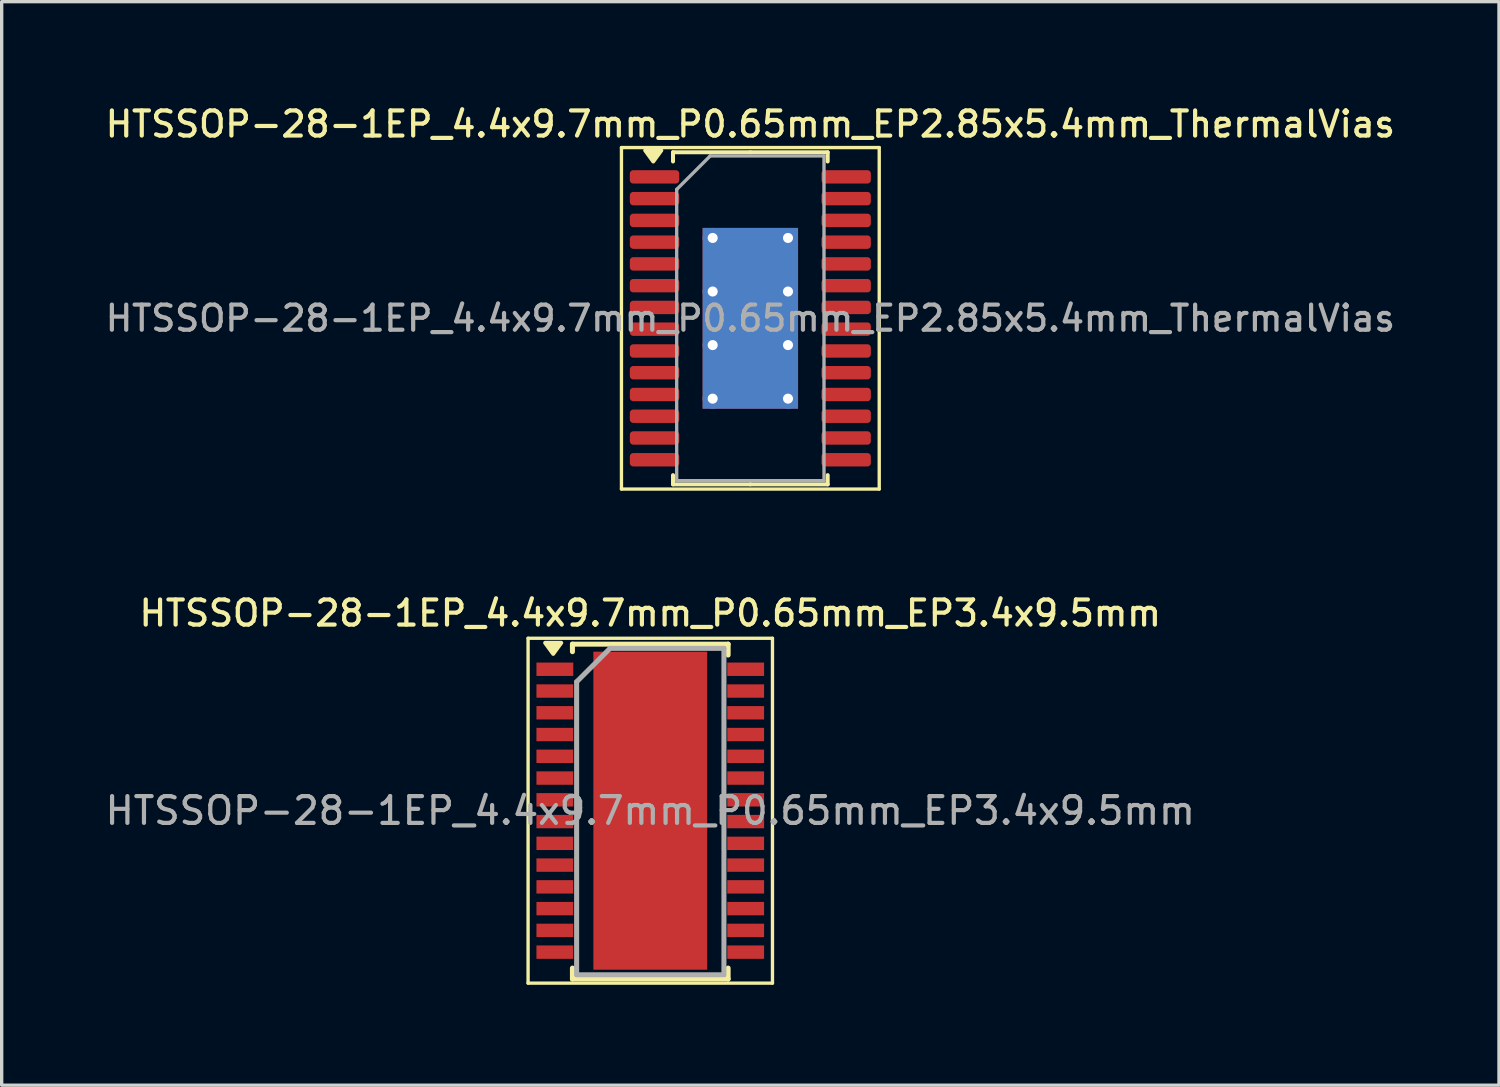
<source format=kicad_pcb>
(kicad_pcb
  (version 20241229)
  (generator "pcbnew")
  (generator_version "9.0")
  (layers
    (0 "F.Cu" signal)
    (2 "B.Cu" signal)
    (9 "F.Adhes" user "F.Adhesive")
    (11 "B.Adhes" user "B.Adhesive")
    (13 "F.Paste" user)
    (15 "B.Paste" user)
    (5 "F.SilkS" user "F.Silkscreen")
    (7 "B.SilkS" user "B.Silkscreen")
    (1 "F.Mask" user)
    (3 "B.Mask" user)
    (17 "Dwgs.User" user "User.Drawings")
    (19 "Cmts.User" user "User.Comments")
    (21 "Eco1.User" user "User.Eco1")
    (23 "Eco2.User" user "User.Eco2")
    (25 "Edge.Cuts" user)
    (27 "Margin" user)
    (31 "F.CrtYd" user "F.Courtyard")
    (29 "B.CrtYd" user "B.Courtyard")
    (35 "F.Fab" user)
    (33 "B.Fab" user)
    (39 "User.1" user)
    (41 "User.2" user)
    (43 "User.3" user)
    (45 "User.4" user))
  (footprint "HTSSOP-28-1EP_4.4x9.7mm_P0.65mm_EP3.4x9.5mm"
    (layer "F.Cu")
    (at 16.374 21.166)
    (property "Reference" "HTSSOP-28-1EP_4.4x9.7mm_P0.65mm_EP3.4x9.5mm" (at 0 -5.9 0) (layer "F.SilkS") (effects (font (size 0.75 0.75) (thickness 0.125))))
    (attr smd)
    (fp_line (start -3.65 -5.15) (end -3.65 5.15) (stroke (width 0.1) (type solid)) (layer "F.SilkS"))
    (fp_line (start -3.65 -5.15) (end 3.65 -5.15) (stroke (width 0.1) (type solid)) (layer "F.SilkS"))
    (fp_line (start -3.65 5.15) (end 3.65 5.15) (stroke (width 0.1) (type solid)) (layer "F.SilkS"))
    (fp_line (start -2.325 -4.975) (end -2.325 -4.75) (stroke (width 0.15) (type solid)) (layer "F.SilkS"))
    (fp_line (start -2.325 -4.975) (end 2.325 -4.975) (stroke (width 0.15) (type solid)) (layer "F.SilkS"))
    (fp_line (start -2.325 5.026) (end -2.325 4.701) (stroke (width 0.15) (type solid)) (layer "F.SilkS"))
    (fp_line (start -2.325 5.026) (end 2.325 5.026) (stroke (width 0.15) (type solid)) (layer "F.SilkS"))
    (fp_line (start 2.325 -4.975) (end 2.325 -4.65) (stroke (width 0.15) (type solid)) (layer "F.SilkS"))
    (fp_line (start 2.325 5.026) (end 2.325 4.701) (stroke (width 0.15) (type solid)) (layer "F.SilkS"))
    (fp_line (start 3.65 -5.15) (end 3.65 5.15) (stroke (width 0.1) (type solid)) (layer "F.SilkS"))
    (fp_poly (pts (xy -2.9 -4.685) (xy -3.14 -5.015) (xy -2.66 -5.015) (xy -2.9 -4.685)) (stroke (width 0.12) (type solid)) (fill yes) (layer "F.SilkS"))
    (fp_line (start -2.2 -3.85) (end -1.2 -4.85) (stroke (width 0.15) (type solid)) (layer "F.Fab"))
    (fp_line (start -2.2 4.85) (end -2.2 -3.85) (stroke (width 0.15) (type solid)) (layer "F.Fab"))
    (fp_line (start -1.2 -4.85) (end 2.2 -4.85) (stroke (width 0.15) (type solid)) (layer "F.Fab"))
    (fp_line (start 2.2 -4.85) (end 2.2 4.85) (stroke (width 0.15) (type solid)) (layer "F.Fab"))
    (fp_line (start 2.2 4.901) (end -2.2 4.901) (stroke (width 0.15) (type solid)) (layer "F.Fab"))
    (fp_text user "${REFERENCE}" (at 0 0 0) (layer "F.Fab") (effects (font (size 0.8 0.8) (thickness 0.125))))
    (pad "" smd rect (at -0.85 -3.8) (size 1.4 1.6) (layers "F.Paste"))
    (pad "" smd rect (at -0.85 -1.9) (size 1.4 1.6) (layers "F.Paste"))
    (pad "" smd rect (at -0.85 0) (size 1.4 1.6) (layers "F.Paste"))
    (pad "" smd rect (at -0.85 1.9) (size 1.4 1.6) (layers "F.Paste"))
    (pad "" smd rect (at -0.85 3.8) (size 1.4 1.6) (layers "F.Paste"))
    (pad "" smd rect (at 0.85 -3.8) (size 1.4 1.6) (layers "F.Paste"))
    (pad "" smd rect (at 0.85 -1.9) (size 1.4 1.6) (layers "F.Paste"))
    (pad "" smd rect (at 0.85 0) (size 1.4 1.6) (layers "F.Paste"))
    (pad "" smd rect (at 0.85 1.9) (size 1.4 1.6) (layers "F.Paste"))
    (pad "" smd rect (at 0.85 3.8) (size 1.4 1.6) (layers "F.Paste"))
    (pad "1" smd rect (at -2.85 -4.225) (size 1.1 0.4) (layers "F.Cu" "F.Mask" "F.Paste"))
    (pad "2" smd rect (at -2.85 -3.575) (size 1.1 0.4) (layers "F.Cu" "F.Mask" "F.Paste"))
    (pad "3" smd rect (at -2.85 -2.925) (size 1.1 0.4) (layers "F.Cu" "F.Mask" "F.Paste"))
    (pad "4" smd rect (at -2.85 -2.275) (size 1.1 0.4) (layers "F.Cu" "F.Mask" "F.Paste"))
    (pad "5" smd rect (at -2.85 -1.625) (size 1.1 0.4) (layers "F.Cu" "F.Mask" "F.Paste"))
    (pad "6" smd rect (at -2.85 -0.975) (size 1.1 0.4) (layers "F.Cu" "F.Mask" "F.Paste"))
    (pad "7" smd rect (at -2.85 -0.325) (size 1.1 0.4) (layers "F.Cu" "F.Mask" "F.Paste"))
    (pad "8" smd rect (at -2.85 0.325) (size 1.1 0.4) (layers "F.Cu" "F.Mask" "F.Paste"))
    (pad "9" smd rect (at -2.85 0.975) (size 1.1 0.4) (layers "F.Cu" "F.Mask" "F.Paste"))
    (pad "10" smd rect (at -2.85 1.625) (size 1.1 0.4) (layers "F.Cu" "F.Mask" "F.Paste"))
    (pad "11" smd rect (at -2.85 2.275) (size 1.1 0.4) (layers "F.Cu" "F.Mask" "F.Paste"))
    (pad "12" smd rect (at -2.85 2.925) (size 1.1 0.4) (layers "F.Cu" "F.Mask" "F.Paste"))
    (pad "13" smd rect (at -2.85 3.575) (size 1.1 0.4) (layers "F.Cu" "F.Mask" "F.Paste"))
    (pad "14" smd rect (at -2.85 4.225) (size 1.1 0.4) (layers "F.Cu" "F.Mask" "F.Paste"))
    (pad "15" smd rect (at 2.85 4.225) (size 1.1 0.4) (layers "F.Cu" "F.Mask" "F.Paste"))
    (pad "16" smd rect (at 2.85 3.575) (size 1.1 0.4) (layers "F.Cu" "F.Mask" "F.Paste"))
    (pad "17" smd rect (at 2.85 2.925) (size 1.1 0.4) (layers "F.Cu" "F.Mask" "F.Paste"))
    (pad "18" smd rect (at 2.85 2.275) (size 1.1 0.4) (layers "F.Cu" "F.Mask" "F.Paste"))
    (pad "19" smd rect (at 2.85 1.625) (size 1.1 0.4) (layers "F.Cu" "F.Mask" "F.Paste"))
    (pad "20" smd rect (at 2.85 0.975) (size 1.1 0.4) (layers "F.Cu" "F.Mask" "F.Paste"))
    (pad "21" smd rect (at 2.85 0.325) (size 1.1 0.4) (layers "F.Cu" "F.Mask" "F.Paste"))
    (pad "22" smd rect (at 2.85 -0.325) (size 1.1 0.4) (layers "F.Cu" "F.Mask" "F.Paste"))
    (pad "23" smd rect (at 2.85 -0.975) (size 1.1 0.4) (layers "F.Cu" "F.Mask" "F.Paste"))
    (pad "24" smd rect (at 2.85 -1.625) (size 1.1 0.4) (layers "F.Cu" "F.Mask" "F.Paste"))
    (pad "25" smd rect (at 2.85 -2.275) (size 1.1 0.4) (layers "F.Cu" "F.Mask" "F.Paste"))
    (pad "26" smd rect (at 2.85 -2.925) (size 1.1 0.4) (layers "F.Cu" "F.Mask" "F.Paste"))
    (pad "27" smd rect (at 2.85 -3.575) (size 1.1 0.4) (layers "F.Cu" "F.Mask" "F.Paste"))
    (pad "28" smd rect (at 2.85 -4.225) (size 1.1 0.4) (layers "F.Cu" "F.Mask" "F.Paste"))
    (pad "29" smd rect (at 0 0) (size 3.4 9.5) (layers "F.Cu" "F.Mask")))
  (footprint "HTSSOP-28-1EP_4.4x9.7mm_P0.65mm_EP2.85x5.4mm_ThermalVias"
    (layer "F.Cu")
    (at 19.363 6.458)
    (property "Reference" "HTSSOP-28-1EP_4.4x9.7mm_P0.65mm_EP2.85x5.4mm_ThermalVias" (at 0 -5.8 0) (layer "F.SilkS") (effects (font (size 0.75 0.75) (thickness 0.125))))
    (attr smd)
    (fp_line (start -3.85 -5.1) (end -3.85 5.1) (stroke (width 0.1) (type solid)) (layer "F.SilkS"))
    (fp_line (start -3.85 5.1) (end 3.85 5.1) (stroke (width 0.1) (type solid)) (layer "F.SilkS"))
    (fp_line (start -2.31 -4.96) (end -2.31 -4.685) (stroke (width 0.12) (type solid)) (layer "F.SilkS"))
    (fp_line (start -2.31 4.96) (end -2.31 4.685) (stroke (width 0.12) (type solid)) (layer "F.SilkS"))
    (fp_line (start 0 -4.96) (end -2.31 -4.96) (stroke (width 0.12) (type solid)) (layer "F.SilkS"))
    (fp_line (start 0 -4.96) (end 2.31 -4.96) (stroke (width 0.12) (type solid)) (layer "F.SilkS"))
    (fp_line (start 0 4.96) (end -2.31 4.96) (stroke (width 0.12) (type solid)) (layer "F.SilkS"))
    (fp_line (start 0 4.96) (end 2.31 4.96) (stroke (width 0.12) (type solid)) (layer "F.SilkS"))
    (fp_line (start 2.31 -4.96) (end 2.31 -4.685) (stroke (width 0.12) (type solid)) (layer "F.SilkS"))
    (fp_line (start 2.31 4.96) (end 2.31 4.685) (stroke (width 0.12) (type solid)) (layer "F.SilkS"))
    (fp_line (start 3.85 -5.1) (end -3.85 -5.1) (stroke (width 0.1) (type solid)) (layer "F.SilkS"))
    (fp_line (start 3.85 5.1) (end 3.85 -5.1) (stroke (width 0.1) (type solid)) (layer "F.SilkS"))
    (fp_poly (pts (xy -2.9 -4.685) (xy -3.14 -5.015) (xy -2.66 -5.015) (xy -2.9 -4.685)) (stroke (width 0.12) (type solid)) (fill yes) (layer "F.SilkS"))
    (fp_line (start -2.2 -3.85) (end -1.2 -4.85) (stroke (width 0.1) (type solid)) (layer "F.Fab"))
    (fp_line (start -2.2 4.85) (end -2.2 -3.85) (stroke (width 0.1) (type solid)) (layer "F.Fab"))
    (fp_line (start -1.2 -4.85) (end 2.2 -4.85) (stroke (width 0.1) (type solid)) (layer "F.Fab"))
    (fp_line (start 2.2 -4.85) (end 2.2 4.85) (stroke (width 0.1) (type solid)) (layer "F.Fab"))
    (fp_line (start 2.2 4.85) (end -2.2 4.85) (stroke (width 0.1) (type solid)) (layer "F.Fab"))
    (fp_text user "${REFERENCE}" (at 0 0 0) (layer "F.Fab") (effects (font (size 0.75 0.75) (thickness 0.125))))
    (pad "" smd roundrect (at 0 -1.8) (size 2.3 1.45) (layers "F.Paste") (roundrect_rratio 0.172))
    (pad "" smd roundrect (at 0 0) (size 2.3 1.45) (layers "F.Paste") (roundrect_rratio 0.172))
    (pad "" smd roundrect (at 0 1.8) (size 2.3 1.45) (layers "F.Paste") (roundrect_rratio 0.172))
    (pad "1" smd roundrect (at -2.862 -4.225) (size 1.475 0.4) (layers "F.Cu" "F.Mask" "F.Paste") (roundrect_rratio 0.25))
    (pad "2" smd roundrect (at -2.862 -3.575) (size 1.475 0.4) (layers "F.Cu" "F.Mask" "F.Paste") (roundrect_rratio 0.25))
    (pad "3" smd roundrect (at -2.862 -2.925) (size 1.475 0.4) (layers "F.Cu" "F.Mask" "F.Paste") (roundrect_rratio 0.25))
    (pad "4" smd roundrect (at -2.862 -2.275) (size 1.475 0.4) (layers "F.Cu" "F.Mask" "F.Paste") (roundrect_rratio 0.25))
    (pad "5" smd roundrect (at -2.862 -1.625) (size 1.475 0.4) (layers "F.Cu" "F.Mask" "F.Paste") (roundrect_rratio 0.25))
    (pad "6" smd roundrect (at -2.862 -0.975) (size 1.475 0.4) (layers "F.Cu" "F.Mask" "F.Paste") (roundrect_rratio 0.25))
    (pad "7" smd roundrect (at -2.862 -0.325) (size 1.475 0.4) (layers "F.Cu" "F.Mask" "F.Paste") (roundrect_rratio 0.25))
    (pad "8" smd roundrect (at -2.862 0.325) (size 1.475 0.4) (layers "F.Cu" "F.Mask" "F.Paste") (roundrect_rratio 0.25))
    (pad "9" smd roundrect (at -2.862 0.975) (size 1.475 0.4) (layers "F.Cu" "F.Mask" "F.Paste") (roundrect_rratio 0.25))
    (pad "10" smd roundrect (at -2.862 1.625) (size 1.475 0.4) (layers "F.Cu" "F.Mask" "F.Paste") (roundrect_rratio 0.25))
    (pad "11" smd roundrect (at -2.862 2.275) (size 1.475 0.4) (layers "F.Cu" "F.Mask" "F.Paste") (roundrect_rratio 0.25))
    (pad "12" smd roundrect (at -2.862 2.925) (size 1.475 0.4) (layers "F.Cu" "F.Mask" "F.Paste") (roundrect_rratio 0.25))
    (pad "13" smd roundrect (at -2.862 3.575) (size 1.475 0.4) (layers "F.Cu" "F.Mask" "F.Paste") (roundrect_rratio 0.25))
    (pad "14" smd roundrect (at -2.862 4.225) (size 1.475 0.4) (layers "F.Cu" "F.Mask" "F.Paste") (roundrect_rratio 0.25))
    (pad "15" smd roundrect (at 2.862 4.225) (size 1.475 0.4) (layers "F.Cu" "F.Mask" "F.Paste") (roundrect_rratio 0.25))
    (pad "16" smd roundrect (at 2.862 3.575) (size 1.475 0.4) (layers "F.Cu" "F.Mask" "F.Paste") (roundrect_rratio 0.25))
    (pad "17" smd roundrect (at 2.862 2.925) (size 1.475 0.4) (layers "F.Cu" "F.Mask" "F.Paste") (roundrect_rratio 0.25))
    (pad "18" smd roundrect (at 2.862 2.275) (size 1.475 0.4) (layers "F.Cu" "F.Mask" "F.Paste") (roundrect_rratio 0.25))
    (pad "19" smd roundrect (at 2.862 1.625) (size 1.475 0.4) (layers "F.Cu" "F.Mask" "F.Paste") (roundrect_rratio 0.25))
    (pad "20" smd roundrect (at 2.862 0.975) (size 1.475 0.4) (layers "F.Cu" "F.Mask" "F.Paste") (roundrect_rratio 0.25))
    (pad "21" smd roundrect (at 2.862 0.325) (size 1.475 0.4) (layers "F.Cu" "F.Mask" "F.Paste") (roundrect_rratio 0.25))
    (pad "22" smd roundrect (at 2.862 -0.325) (size 1.475 0.4) (layers "F.Cu" "F.Mask" "F.Paste") (roundrect_rratio 0.25))
    (pad "23" smd roundrect (at 2.862 -0.975) (size 1.475 0.4) (layers "F.Cu" "F.Mask" "F.Paste") (roundrect_rratio 0.25))
    (pad "24" smd roundrect (at 2.862 -1.625) (size 1.475 0.4) (layers "F.Cu" "F.Mask" "F.Paste") (roundrect_rratio 0.25))
    (pad "25" smd roundrect (at 2.862 -2.275) (size 1.475 0.4) (layers "F.Cu" "F.Mask" "F.Paste") (roundrect_rratio 0.25))
    (pad "26" smd roundrect (at 2.862 -2.925) (size 1.475 0.4) (layers "F.Cu" "F.Mask" "F.Paste") (roundrect_rratio 0.25))
    (pad "27" smd roundrect (at 2.862 -3.575) (size 1.475 0.4) (layers "F.Cu" "F.Mask" "F.Paste") (roundrect_rratio 0.25))
    (pad "28" smd roundrect (at 2.862 -4.225) (size 1.475 0.4) (layers "F.Cu" "F.Mask" "F.Paste") (roundrect_rratio 0.25))
    (pad "29" thru_hole circle (at -1.125 -2.4) (size 0.6 0.6) (drill 0.3) (property pad_prop_heatsink) (layers "*.Cu"))
    (pad "29" thru_hole circle (at -1.125 -0.8) (size 0.6 0.6) (drill 0.3) (property pad_prop_heatsink) (layers "*.Cu"))
    (pad "29" thru_hole circle (at -1.125 0.8) (size 0.6 0.6) (drill 0.3) (property pad_prop_heatsink) (layers "*.Cu"))
    (pad "29" thru_hole circle (at -1.125 2.4) (size 0.6 0.6) (drill 0.3) (property pad_prop_heatsink) (layers "*.Cu"))
    (pad "29" smd rect (at 0 0) (size 2.85 5.4) (property pad_prop_heatsink) (layers "F.Cu" "F.Mask"))
    (pad "29" smd rect (at 0 0) (size 2.85 5.4) (property pad_prop_heatsink) (layers "B.Cu"))
    (pad "29" thru_hole circle (at 1.125 -2.4) (size 0.6 0.6) (drill 0.3) (property pad_prop_heatsink) (layers "*.Cu"))
    (pad "29" thru_hole circle (at 1.125 -0.8) (size 0.6 0.6) (drill 0.3) (property pad_prop_heatsink) (layers "*.Cu"))
    (pad "29" thru_hole circle (at 1.125 0.8) (size 0.6 0.6) (drill 0.3) (property pad_prop_heatsink) (layers "*.Cu"))
    (pad "29" thru_hole circle (at 1.125 2.4) (size 0.6 0.6) (drill 0.3) (property pad_prop_heatsink) (layers "*.Cu")))
  (gr_rect
    (start -3 -3)
    (end 41.725 29.366)
    (stroke (width 0.1) (type default))
    (fill no)
    (layer "Edge.Cuts")))
</source>
